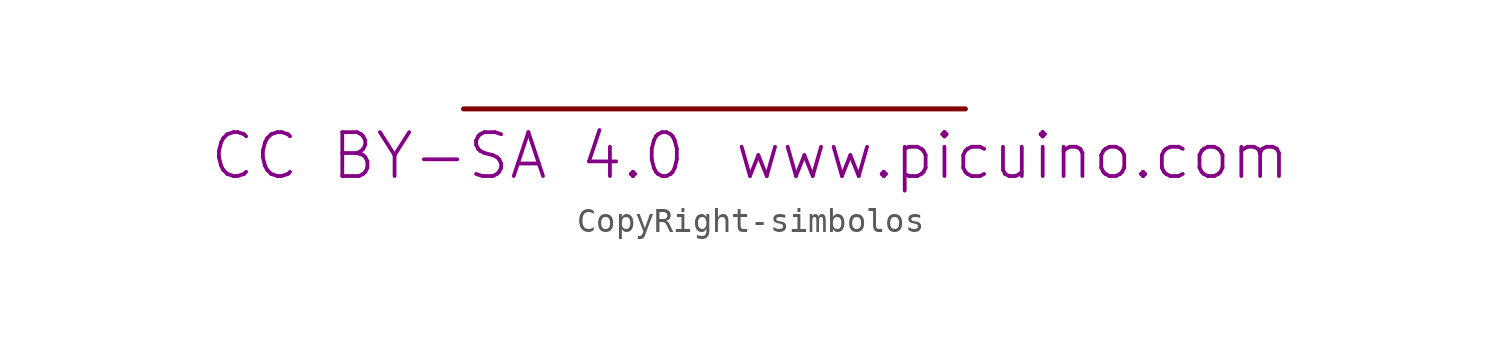
<source format=kicad_sym>
(kicad_symbol_lib
  (version 20231120)
  (generator "kicad_symbol_editor")
  (generator_version "8.0")
  (symbol "CopyRight-simbolos"
    (pin_names
      (offset 1.016))
    (property "Reference" "CP?"
      (at 10.795 8.255 0)
      (effects (font (size 1.016 1.016)) (hide yes)))
    (property "License" "CC BY-SA 4.0"
      (at -10.795 -0.635 0)
      (effects (font (size 1.778 1.778))))
    (property "Author" ""
      (at 13.97 -1.27 0)
      (effects (font (size 1.27 1.27))))
    (property "Date" ""
      (at 3.175 -1.27 0)
      (effects (font (size 1.27 1.27))))
    (property "Web" "www.picuino.com"
      (at 12.065 -0.635 0)
      (effects (font (size 1.778 1.778))))
    (symbol "CopyRight-simbolos_0_1"
      (polyline (pts (xy -10.16 1.27) (xy 10.16 1.27)) (stroke (width 0.203) (type default)) (fill (type none))))))
</source>
